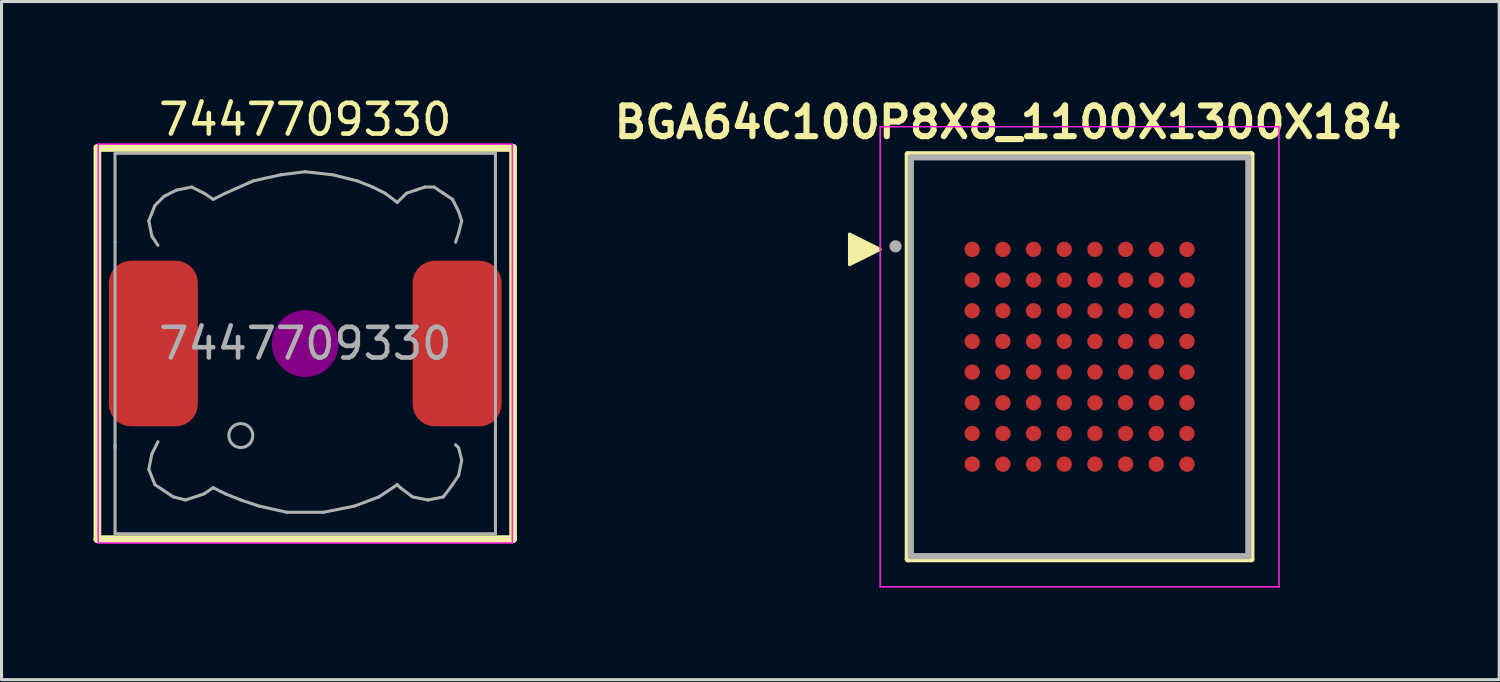
<source format=kicad_pcb>
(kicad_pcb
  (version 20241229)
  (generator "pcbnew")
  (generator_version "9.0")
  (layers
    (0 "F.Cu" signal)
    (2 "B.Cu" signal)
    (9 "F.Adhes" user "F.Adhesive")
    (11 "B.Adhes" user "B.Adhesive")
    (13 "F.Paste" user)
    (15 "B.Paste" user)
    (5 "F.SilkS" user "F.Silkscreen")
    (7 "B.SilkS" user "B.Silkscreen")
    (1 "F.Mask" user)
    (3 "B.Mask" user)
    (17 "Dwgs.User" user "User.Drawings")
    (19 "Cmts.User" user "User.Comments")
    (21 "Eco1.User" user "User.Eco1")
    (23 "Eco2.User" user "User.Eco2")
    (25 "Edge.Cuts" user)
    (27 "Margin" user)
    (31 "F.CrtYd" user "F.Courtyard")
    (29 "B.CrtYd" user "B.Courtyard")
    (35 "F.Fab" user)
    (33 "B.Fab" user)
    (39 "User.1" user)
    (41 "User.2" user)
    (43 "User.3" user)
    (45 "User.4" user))
  (footprint "BGA64C100P8X8_1100X1300X184"
    (layer "F.Cu")
    (at 32.141 8.579)
    (property "Reference" "BGA64C100P8X8_1100X1300X184" (at -2.332 -7.643 0) (layer "F.SilkS") (effects (font (size 1 1) (thickness 0.2))))
    (attr through_hole)
    (fp_line (start -5.6 -6.6) (end 5.6 -6.6) (stroke (width 0.2) (type solid)) (layer "F.SilkS"))
    (fp_line (start -5.6 6.6) (end -5.6 -6.6) (stroke (width 0.2) (type solid)) (layer "F.SilkS"))
    (fp_line (start 5.6 -6.6) (end 5.6 6.6) (stroke (width 0.2) (type solid)) (layer "F.SilkS"))
    (fp_line (start 5.6 6.6) (end -5.6 6.6) (stroke (width 0.2) (type solid)) (layer "F.SilkS"))
    (fp_poly (pts (xy -6.5 -3.5) (xy -7.5 -3) (xy -7.5 -4)) (stroke (width 0.1) (type solid)) (fill yes) (layer "F.SilkS"))
    (fp_line (start -6.5 -7.5) (end 6.5 -7.5) (stroke (width 0.05) (type solid)) (layer "F.CrtYd"))
    (fp_line (start -6.5 7.5) (end -6.5 -7.5) (stroke (width 0.05) (type solid)) (layer "F.CrtYd"))
    (fp_line (start 6.5 -7.5) (end 6.5 7.5) (stroke (width 0.05) (type solid)) (layer "F.CrtYd"))
    (fp_line (start 6.5 7.5) (end -6.5 7.5) (stroke (width 0.05) (type solid)) (layer "F.CrtYd"))
    (fp_line (start -5.5 -6.5) (end 5.5 -6.5) (stroke (width 0.2) (type solid)) (layer "F.Fab"))
    (fp_line (start -5.5 6.5) (end -5.5 -6.5) (stroke (width 0.2) (type solid)) (layer "F.Fab"))
    (fp_line (start 5.5 -6.5) (end 5.5 6.5) (stroke (width 0.2) (type solid)) (layer "F.Fab"))
    (fp_line (start 5.5 6.5) (end -5.5 6.5) (stroke (width 0.2) (type solid)) (layer "F.Fab"))
    (fp_circle (center -6 -3.6) (end -5.9 -3.6) (stroke (width 0.2) (type solid)) (fill no) (layer "F.Fab"))
    (pad "A1" smd circle (at -3.5 -3.5) (size 0.5 0.5) (layers "F.Cu" "F.Mask" "F.Paste"))
    (pad "A2" smd circle (at -2.5 -3.5) (size 0.5 0.5) (layers "F.Cu" "F.Mask" "F.Paste"))
    (pad "A3" smd circle (at -1.5 -3.5) (size 0.5 0.5) (layers "F.Cu" "F.Mask" "F.Paste"))
    (pad "A4" smd circle (at -0.5 -3.5) (size 0.5 0.5) (layers "F.Cu" "F.Mask" "F.Paste"))
    (pad "A5" smd circle (at 0.5 -3.5) (size 0.5 0.5) (layers "F.Cu" "F.Mask" "F.Paste"))
    (pad "A6" smd circle (at 1.5 -3.5) (size 0.5 0.5) (layers "F.Cu" "F.Mask" "F.Paste"))
    (pad "A7" smd circle (at 2.5 -3.5) (size 0.5 0.5) (layers "F.Cu" "F.Mask" "F.Paste"))
    (pad "A8" smd circle (at 3.5 -3.5) (size 0.5 0.5) (layers "F.Cu" "F.Mask" "F.Paste"))
    (pad "B1" smd circle (at -3.5 -2.5) (size 0.5 0.5) (layers "F.Cu" "F.Mask" "F.Paste"))
    (pad "B2" smd circle (at -2.5 -2.5) (size 0.5 0.5) (layers "F.Cu" "F.Mask" "F.Paste"))
    (pad "B3" smd circle (at -1.5 -2.5) (size 0.5 0.5) (layers "F.Cu" "F.Mask" "F.Paste"))
    (pad "B4" smd circle (at -0.5 -2.5) (size 0.5 0.5) (layers "F.Cu" "F.Mask" "F.Paste"))
    (pad "B5" smd circle (at 0.5 -2.5) (size 0.5 0.5) (layers "F.Cu" "F.Mask" "F.Paste"))
    (pad "B6" smd circle (at 1.5 -2.5) (size 0.5 0.5) (layers "F.Cu" "F.Mask" "F.Paste"))
    (pad "B7" smd circle (at 2.5 -2.5) (size 0.5 0.5) (layers "F.Cu" "F.Mask" "F.Paste"))
    (pad "B8" smd circle (at 3.5 -2.5) (size 0.5 0.5) (layers "F.Cu" "F.Mask" "F.Paste"))
    (pad "C1" smd circle (at -3.5 -1.5) (size 0.5 0.5) (layers "F.Cu" "F.Mask" "F.Paste"))
    (pad "C2" smd circle (at -2.5 -1.5) (size 0.5 0.5) (layers "F.Cu" "F.Mask" "F.Paste"))
    (pad "C3" smd circle (at -1.5 -1.5) (size 0.5 0.5) (layers "F.Cu" "F.Mask" "F.Paste"))
    (pad "C4" smd circle (at -0.5 -1.5) (size 0.5 0.5) (layers "F.Cu" "F.Mask" "F.Paste"))
    (pad "C5" smd circle (at 0.5 -1.5) (size 0.5 0.5) (layers "F.Cu" "F.Mask" "F.Paste"))
    (pad "C6" smd circle (at 1.5 -1.5) (size 0.5 0.5) (layers "F.Cu" "F.Mask" "F.Paste"))
    (pad "C7" smd circle (at 2.5 -1.5) (size 0.5 0.5) (layers "F.Cu" "F.Mask" "F.Paste"))
    (pad "C8" smd circle (at 3.5 -1.5) (size 0.5 0.5) (layers "F.Cu" "F.Mask" "F.Paste"))
    (pad "D1" smd circle (at -3.5 -0.5) (size 0.5 0.5) (layers "F.Cu" "F.Mask" "F.Paste"))
    (pad "D2" smd circle (at -2.5 -0.5) (size 0.5 0.5) (layers "F.Cu" "F.Mask" "F.Paste"))
    (pad "D3" smd circle (at -1.5 -0.5) (size 0.5 0.5) (layers "F.Cu" "F.Mask" "F.Paste"))
    (pad "D4" smd circle (at -0.5 -0.5) (size 0.5 0.5) (layers "F.Cu" "F.Mask" "F.Paste"))
    (pad "D5" smd circle (at 0.5 -0.5) (size 0.5 0.5) (layers "F.Cu" "F.Mask" "F.Paste"))
    (pad "D6" smd circle (at 1.5 -0.5) (size 0.5 0.5) (layers "F.Cu" "F.Mask" "F.Paste"))
    (pad "D7" smd circle (at 2.5 -0.5) (size 0.5 0.5) (layers "F.Cu" "F.Mask" "F.Paste"))
    (pad "D8" smd circle (at 3.5 -0.5) (size 0.5 0.5) (layers "F.Cu" "F.Mask" "F.Paste"))
    (pad "E1" smd circle (at -3.5 0.5) (size 0.5 0.5) (layers "F.Cu" "F.Mask" "F.Paste"))
    (pad "E2" smd circle (at -2.5 0.5) (size 0.5 0.5) (layers "F.Cu" "F.Mask" "F.Paste"))
    (pad "E3" smd circle (at -1.5 0.5) (size 0.5 0.5) (layers "F.Cu" "F.Mask" "F.Paste"))
    (pad "E4" smd circle (at -0.5 0.5) (size 0.5 0.5) (layers "F.Cu" "F.Mask" "F.Paste"))
    (pad "E5" smd circle (at 0.5 0.5) (size 0.5 0.5) (layers "F.Cu" "F.Mask" "F.Paste"))
    (pad "E6" smd circle (at 1.5 0.5) (size 0.5 0.5) (layers "F.Cu" "F.Mask" "F.Paste"))
    (pad "E7" smd circle (at 2.5 0.5) (size 0.5 0.5) (layers "F.Cu" "F.Mask" "F.Paste"))
    (pad "E8" smd circle (at 3.5 0.5) (size 0.5 0.5) (layers "F.Cu" "F.Mask" "F.Paste"))
    (pad "F1" smd circle (at -3.5 1.5) (size 0.5 0.5) (layers "F.Cu" "F.Mask" "F.Paste"))
    (pad "F2" smd circle (at -2.5 1.5) (size 0.5 0.5) (layers "F.Cu" "F.Mask" "F.Paste"))
    (pad "F3" smd circle (at -1.5 1.5) (size 0.5 0.5) (layers "F.Cu" "F.Mask" "F.Paste"))
    (pad "F4" smd circle (at -0.5 1.5) (size 0.5 0.5) (layers "F.Cu" "F.Mask" "F.Paste"))
    (pad "F5" smd circle (at 0.5 1.5) (size 0.5 0.5) (layers "F.Cu" "F.Mask" "F.Paste"))
    (pad "F6" smd circle (at 1.5 1.5) (size 0.5 0.5) (layers "F.Cu" "F.Mask" "F.Paste"))
    (pad "F7" smd circle (at 2.5 1.5) (size 0.5 0.5) (layers "F.Cu" "F.Mask" "F.Paste"))
    (pad "F8" smd circle (at 3.5 1.5) (size 0.5 0.5) (layers "F.Cu" "F.Mask" "F.Paste"))
    (pad "G1" smd circle (at -3.5 2.5) (size 0.5 0.5) (layers "F.Cu" "F.Mask" "F.Paste"))
    (pad "G2" smd circle (at -2.5 2.5) (size 0.5 0.5) (layers "F.Cu" "F.Mask" "F.Paste"))
    (pad "G3" smd circle (at -1.5 2.5) (size 0.5 0.5) (layers "F.Cu" "F.Mask" "F.Paste"))
    (pad "G4" smd circle (at -0.5 2.5) (size 0.5 0.5) (layers "F.Cu" "F.Mask" "F.Paste"))
    (pad "G5" smd circle (at 0.5 2.5) (size 0.5 0.5) (layers "F.Cu" "F.Mask" "F.Paste"))
    (pad "G6" smd circle (at 1.5 2.5) (size 0.5 0.5) (layers "F.Cu" "F.Mask" "F.Paste"))
    (pad "G7" smd circle (at 2.5 2.5) (size 0.5 0.5) (layers "F.Cu" "F.Mask" "F.Paste"))
    (pad "G8" smd circle (at 3.5 2.5) (size 0.5 0.5) (layers "F.Cu" "F.Mask" "F.Paste"))
    (pad "H1" smd circle (at -3.5 3.5) (size 0.5 0.5) (layers "F.Cu" "F.Mask" "F.Paste"))
    (pad "H2" smd circle (at -2.5 3.5) (size 0.5 0.5) (layers "F.Cu" "F.Mask" "F.Paste"))
    (pad "H3" smd circle (at -1.5 3.5) (size 0.5 0.5) (layers "F.Cu" "F.Mask" "F.Paste"))
    (pad "H4" smd circle (at -0.5 3.5) (size 0.5 0.5) (layers "F.Cu" "F.Mask" "F.Paste"))
    (pad "H5" smd circle (at 0.5 3.5) (size 0.5 0.5) (layers "F.Cu" "F.Mask" "F.Paste"))
    (pad "H6" smd circle (at 1.5 3.5) (size 0.5 0.5) (layers "F.Cu" "F.Mask" "F.Paste"))
    (pad "H7" smd circle (at 2.5 3.5) (size 0.5 0.5) (layers "F.Cu" "F.Mask" "F.Paste"))
    (pad "H8" smd circle (at 3.5 3.5) (size 0.5 0.5) (layers "F.Cu" "F.Mask" "F.Paste")))
  (footprint "7447709330"
    (layer "F.Cu")
    (at 6.9 8.148)
    (property "Reference" "7447709330" (at 0 -7.3 0) (layer "F.SilkS") (effects (font (size 1 1) (thickness 0.15))))
    (attr smd)
    (fp_line (start -6.775 -6.375) (end 6.775 -6.375) (stroke (width 0.25) (type solid)) (layer "F.SilkS"))
    (fp_line (start -6.775 6.375) (end -6.775 -6.375) (stroke (width 0.25) (type solid)) (layer "F.SilkS"))
    (fp_line (start 6.775 -6.375) (end 6.775 6.375) (stroke (width 0.25) (type solid)) (layer "F.SilkS"))
    (fp_line (start 6.775 6.375) (end -6.775 6.375) (stroke (width 0.25) (type solid)) (layer "F.SilkS"))
    (fp_circle (center 0 0) (end 0.15 0.15) (stroke (width 0.38) (type solid)) (fill no) (layer "F.Adhes"))
    (fp_circle (center 0 0) (end 0.55 0) (stroke (width 0.38) (type solid)) (fill no) (layer "F.Adhes"))
    (fp_circle (center 0 0) (end 0.9 0) (stroke (width 0.38) (type solid)) (fill no) (layer "F.Adhes"))
    (fp_line (start -6.75 -6.5) (end 6.75 -6.5) (stroke (width 0.05) (type solid)) (layer "F.CrtYd"))
    (fp_line (start -6.75 6.5) (end -6.75 -6.5) (stroke (width 0.05) (type solid)) (layer "F.CrtYd"))
    (fp_line (start 6.75 -6.5) (end 6.75 6.5) (stroke (width 0.05) (type solid)) (layer "F.CrtYd"))
    (fp_line (start 6.75 6.5) (end -6.75 6.5) (stroke (width 0.05) (type solid)) (layer "F.CrtYd"))
    (fp_line (start -6.2 -6.2) (end -6.2 -3.3) (stroke (width 0.1) (type solid)) (layer "F.Fab"))
    (fp_line (start -6.2 -3.3) (end -6.2 3.4) (stroke (width 0.1) (type solid)) (layer "F.Fab"))
    (fp_line (start -6.2 3.3) (end -6.2 6.2) (stroke (width 0.1) (type solid)) (layer "F.Fab"))
    (fp_line (start -6.2 6.2) (end 6.2 6.2) (stroke (width 0.1) (type solid)) (layer "F.Fab"))
    (fp_line (start -5.1 -4) (end -5 -3.5) (stroke (width 0.1) (type solid)) (layer "F.Fab"))
    (fp_line (start -5.1 4.1) (end -5 3.6) (stroke (width 0.1) (type solid)) (layer "F.Fab"))
    (fp_line (start -5 -3.5) (end -4.8 -3.2) (stroke (width 0.1) (type solid)) (layer "F.Fab"))
    (fp_line (start -5 3.6) (end -4.8 3.2) (stroke (width 0.1) (type solid)) (layer "F.Fab"))
    (fp_line (start -4.9 -4.5) (end -5.1 -4) (stroke (width 0.1) (type solid)) (layer "F.Fab"))
    (fp_line (start -4.9 4.6) (end -5.1 4.1) (stroke (width 0.1) (type solid)) (layer "F.Fab"))
    (fp_line (start -4.6 -4.8) (end -4.9 -4.5) (stroke (width 0.1) (type solid)) (layer "F.Fab"))
    (fp_line (start -4.6 4.8) (end -4.9 4.6) (stroke (width 0.1) (type solid)) (layer "F.Fab"))
    (fp_line (start -4.3 5) (end -4.6 4.8) (stroke (width 0.1) (type solid)) (layer "F.Fab"))
    (fp_line (start -4.2 -5) (end -4.6 -4.8) (stroke (width 0.1) (type solid)) (layer "F.Fab"))
    (fp_line (start -3.9 5.1) (end -4.3 5) (stroke (width 0.1) (type solid)) (layer "F.Fab"))
    (fp_line (start -3.7 -5.1) (end -4.2 -5) (stroke (width 0.1) (type solid)) (layer "F.Fab"))
    (fp_line (start -3.3 -4.9) (end -3.7 -5.1) (stroke (width 0.1) (type solid)) (layer "F.Fab"))
    (fp_line (start -3.3 4.9) (end -3.9 5.1) (stroke (width 0.1) (type solid)) (layer "F.Fab"))
    (fp_line (start -3 -4.7) (end -3.3 -4.9) (stroke (width 0.1) (type solid)) (layer "F.Fab"))
    (fp_line (start -3 4.7) (end -3.3 4.9) (stroke (width 0.1) (type solid)) (layer "F.Fab"))
    (fp_line (start -2.6 -4.9) (end -3 -4.7) (stroke (width 0.1) (type solid)) (layer "F.Fab"))
    (fp_line (start -2.6 4.9) (end -3 4.7) (stroke (width 0.1) (type solid)) (layer "F.Fab"))
    (fp_line (start -2.1 5.1) (end -2.6 4.9) (stroke (width 0.1) (type solid)) (layer "F.Fab"))
    (fp_line (start -1.7 -5.3) (end -2.6 -4.9) (stroke (width 0.1) (type solid)) (layer "F.Fab"))
    (fp_line (start -1.5 5.3) (end -2.1 5.1) (stroke (width 0.1) (type solid)) (layer "F.Fab"))
    (fp_line (start -0.8 -5.5) (end -1.7 -5.3) (stroke (width 0.1) (type solid)) (layer "F.Fab"))
    (fp_line (start -0.6 5.5) (end -1.5 5.3) (stroke (width 0.1) (type solid)) (layer "F.Fab"))
    (fp_line (start 0 -5.6) (end -0.8 -5.5) (stroke (width 0.1) (type solid)) (layer "F.Fab"))
    (fp_line (start 0.6 5.5) (end -0.6 5.5) (stroke (width 0.1) (type solid)) (layer "F.Fab"))
    (fp_line (start 0.9 -5.5) (end 0 -5.6) (stroke (width 0.1) (type solid)) (layer "F.Fab"))
    (fp_line (start 1.6 5.3) (end 0.6 5.5) (stroke (width 0.1) (type solid)) (layer "F.Fab"))
    (fp_line (start 1.7 -5.3) (end 0.9 -5.5) (stroke (width 0.1) (type solid)) (layer "F.Fab"))
    (fp_line (start 2.2 -5.1) (end 1.7 -5.3) (stroke (width 0.1) (type solid)) (layer "F.Fab"))
    (fp_line (start 2.4 5) (end 1.6 5.3) (stroke (width 0.1) (type solid)) (layer "F.Fab"))
    (fp_line (start 2.6 -4.9) (end 2.2 -5.1) (stroke (width 0.1) (type solid)) (layer "F.Fab"))
    (fp_line (start 3 -4.6) (end 2.6 -4.9) (stroke (width 0.1) (type solid)) (layer "F.Fab"))
    (fp_line (start 3 4.6) (end 2.4 5) (stroke (width 0.1) (type solid)) (layer "F.Fab"))
    (fp_line (start 3.1 4.7) (end 3 4.6) (stroke (width 0.1) (type solid)) (layer "F.Fab"))
    (fp_line (start 3.3 -4.9) (end 3 -4.6) (stroke (width 0.1) (type solid)) (layer "F.Fab"))
    (fp_line (start 3.5 5) (end 3.1 4.7) (stroke (width 0.1) (type solid)) (layer "F.Fab"))
    (fp_line (start 3.6 -5) (end 3.3 -4.9) (stroke (width 0.1) (type solid)) (layer "F.Fab"))
    (fp_line (start 3.9 -5.1) (end 3.6 -5) (stroke (width 0.1) (type solid)) (layer "F.Fab"))
    (fp_line (start 4 5.1) (end 3.5 5) (stroke (width 0.1) (type solid)) (layer "F.Fab"))
    (fp_line (start 4.2 -5.1) (end 3.9 -5.1) (stroke (width 0.1) (type solid)) (layer "F.Fab"))
    (fp_line (start 4.5 -4.9) (end 4.2 -5.1) (stroke (width 0.1) (type solid)) (layer "F.Fab"))
    (fp_line (start 4.5 5) (end 4 5.1) (stroke (width 0.1) (type solid)) (layer "F.Fab"))
    (fp_line (start 4.8 -4.7) (end 4.5 -4.9) (stroke (width 0.1) (type solid)) (layer "F.Fab"))
    (fp_line (start 4.8 4.6) (end 4.5 5) (stroke (width 0.1) (type solid)) (layer "F.Fab"))
    (fp_line (start 4.9 -3.3) (end 5 -3.6) (stroke (width 0.1) (type solid)) (layer "F.Fab"))
    (fp_line (start 4.9 3.3) (end 5 3.4) (stroke (width 0.1) (type solid)) (layer "F.Fab"))
    (fp_line (start 5 -4.3) (end 4.8 -4.7) (stroke (width 0.1) (type solid)) (layer "F.Fab"))
    (fp_line (start 5 -3.6) (end 5.1 -4) (stroke (width 0.1) (type solid)) (layer "F.Fab"))
    (fp_line (start 5 3.4) (end 5.1 3.8) (stroke (width 0.1) (type solid)) (layer "F.Fab"))
    (fp_line (start 5 4.3) (end 4.8 4.6) (stroke (width 0.1) (type solid)) (layer "F.Fab"))
    (fp_line (start 5.1 -4) (end 5 -4.3) (stroke (width 0.1) (type solid)) (layer "F.Fab"))
    (fp_line (start 5.1 3.8) (end 5 4.3) (stroke (width 0.1) (type solid)) (layer "F.Fab"))
    (fp_line (start 6.2 -6.2) (end -6.2 -6.2) (stroke (width 0.1) (type solid)) (layer "F.Fab"))
    (fp_line (start 6.2 -6.2) (end 6.2 -3.3) (stroke (width 0.1) (type solid)) (layer "F.Fab"))
    (fp_line (start 6.2 3.3) (end 6.2 -3.3) (stroke (width 0.1) (type solid)) (layer "F.Fab"))
    (fp_line (start 6.2 6.2) (end 6.2 3.3) (stroke (width 0.1) (type solid)) (layer "F.Fab"))
    (fp_circle (center -2.1 3) (end -1.8 3.25) (stroke (width 0.1) (type solid)) (fill no) (layer "F.Fab"))
    (fp_text user "${REFERENCE}" (at 0 0 0) (layer "F.Fab") (effects (font (size 1 1) (thickness 0.15))))
    (pad "1" smd roundrect (at -4.95 0) (size 2.9 5.4) (layers "F.Cu" "F.Mask" "F.Paste") (roundrect_rratio 0.25))
    (pad "2" smd roundrect (at 4.95 0) (size 2.9 5.4) (layers "F.Cu" "F.Mask" "F.Paste") (roundrect_rratio 0.25)))
  (gr_rect
    (start -3 -3)
    (end 45.819 19.104)
    (stroke (width 0.1) (type default))
    (fill no)
    (layer "Edge.Cuts")))
</source>
